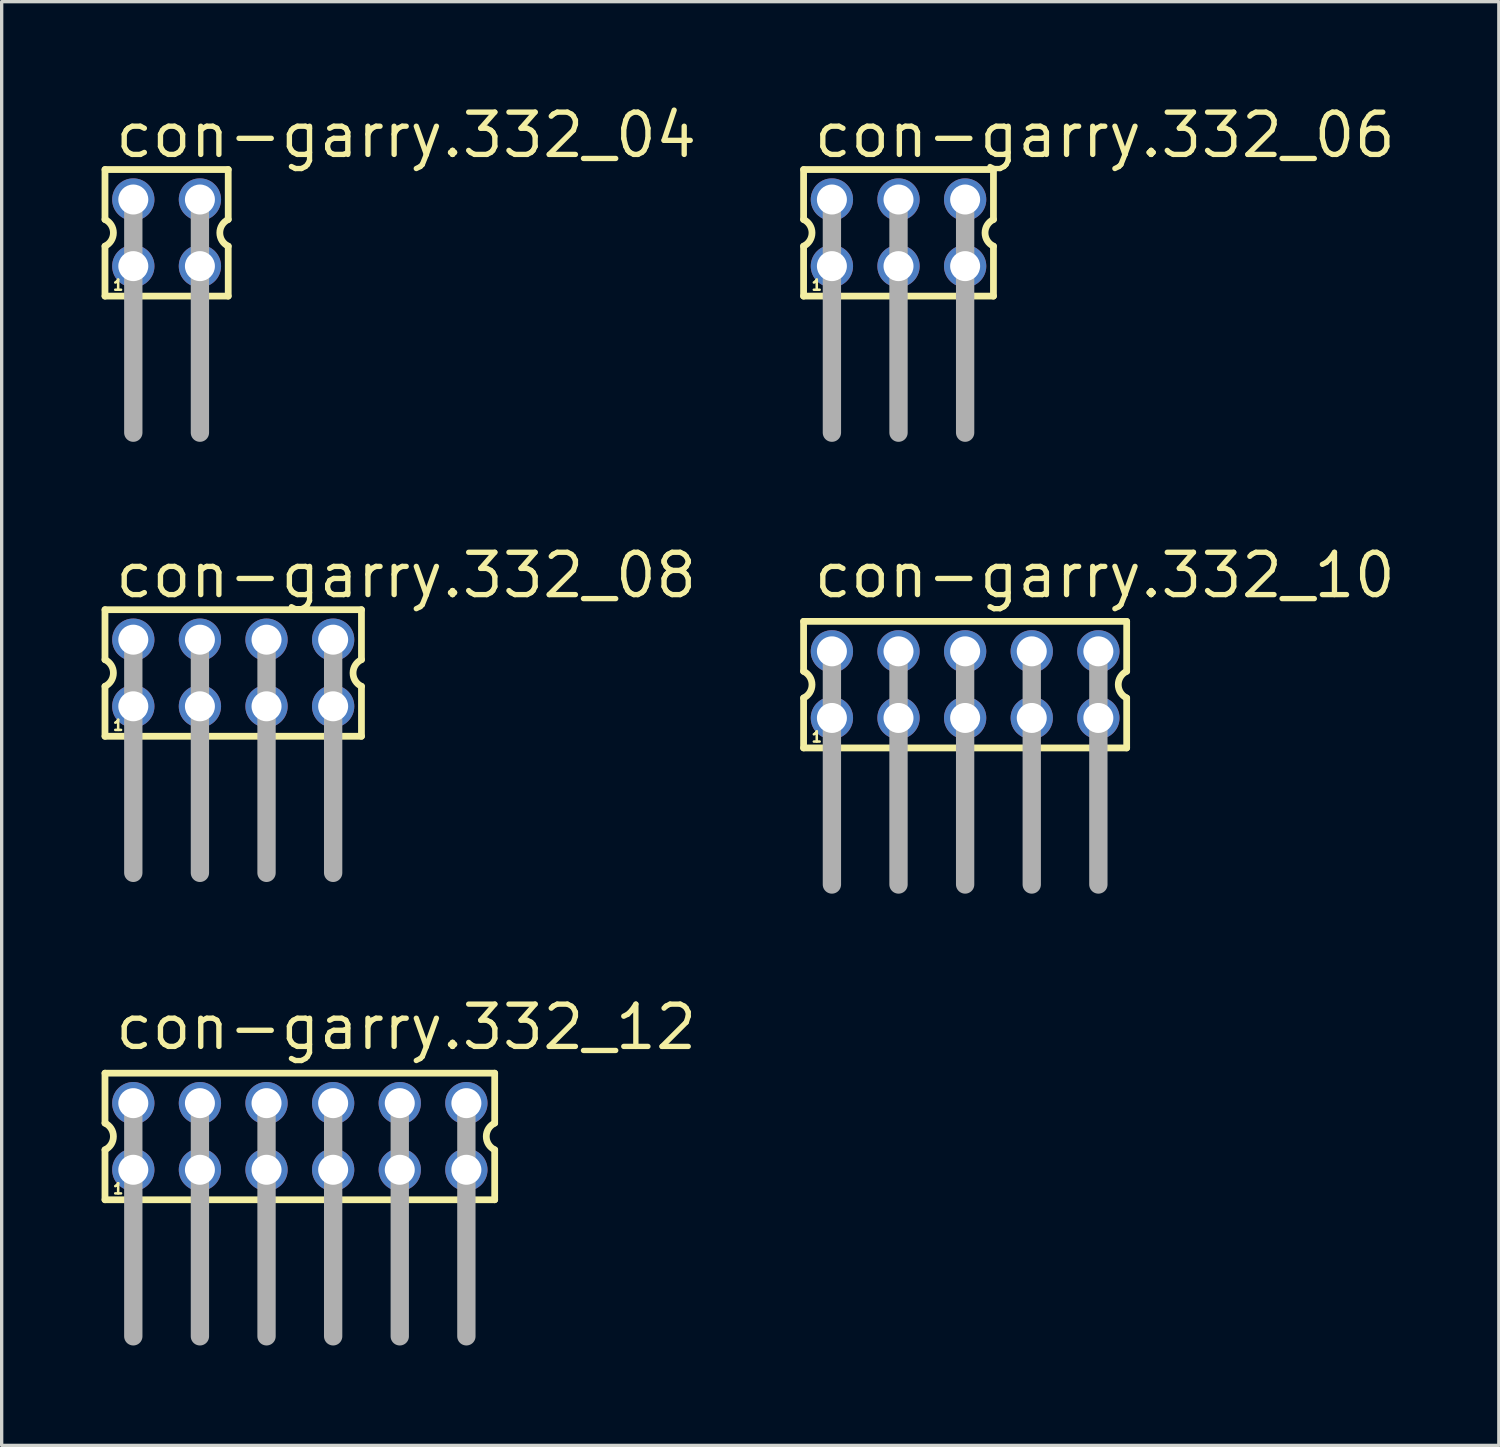
<source format=kicad_pcb>
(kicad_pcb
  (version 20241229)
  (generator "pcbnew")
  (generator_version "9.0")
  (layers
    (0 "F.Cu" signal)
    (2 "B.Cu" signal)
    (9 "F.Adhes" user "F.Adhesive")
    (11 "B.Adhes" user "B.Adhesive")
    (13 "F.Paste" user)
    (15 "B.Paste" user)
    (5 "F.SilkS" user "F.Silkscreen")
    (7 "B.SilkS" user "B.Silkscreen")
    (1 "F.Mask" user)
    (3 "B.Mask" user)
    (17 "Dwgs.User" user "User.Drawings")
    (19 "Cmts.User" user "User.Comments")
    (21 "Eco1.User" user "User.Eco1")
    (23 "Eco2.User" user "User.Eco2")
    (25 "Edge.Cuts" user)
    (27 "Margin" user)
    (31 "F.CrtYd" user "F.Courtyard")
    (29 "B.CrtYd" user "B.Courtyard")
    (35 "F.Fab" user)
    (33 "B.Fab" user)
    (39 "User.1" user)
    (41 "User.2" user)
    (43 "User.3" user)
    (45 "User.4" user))
  (footprint "con-garry.332_06"
    (layer "F.Cu")
    (at 23.926 3.94)
    (property "Reference" "con-garry.332_06" (at -2.62 -2.19 0) (layer "F.SilkS") (effects (font (size 1.27 1.27) (thickness 0.16)) (justify left bottom)))
    (attr through_hole)
    (fp_line (start -2.85 -1.9) (end -2.85 -0.4) (stroke (width 0.203) (type default)) (layer "F.SilkS"))
    (fp_line (start -2.85 0.4) (end -2.85 1.9) (stroke (width 0.203) (type default)) (layer "F.SilkS"))
    (fp_line (start -2.85 1.9) (end 2.85 1.9) (stroke (width 0.203) (type default)) (layer "F.SilkS"))
    (fp_line (start 2.85 -1.9) (end -2.85 -1.9) (stroke (width 0.203) (type default)) (layer "F.SilkS"))
    (fp_line (start 2.85 -0.4) (end 2.85 -1.9) (stroke (width 0.203) (type default)) (layer "F.SilkS"))
    (fp_line (start 2.85 1.9) (end 2.85 0.4) (stroke (width 0.203) (type default)) (layer "F.SilkS"))
    (fp_arc (start -2.85 -0.4) (mid -2.597167 0) (end -2.85 0.4) (stroke (width 0.2032) (type default)) (layer "F.SilkS"))
    (fp_arc (start 2.85 0.4) (mid 2.597167 0) (end 2.85 -0.4) (stroke (width 0.2032) (type default)) (layer "F.SilkS"))
    (fp_line (start -2 -1) (end -2 6) (stroke (width 0.55) (type default)) (layer "F.Fab"))
    (fp_line (start 0 -1) (end 0 6) (stroke (width 0.55) (type default)) (layer "F.Fab"))
    (fp_line (start 2 -1) (end 2 6) (stroke (width 0.55) (type default)) (layer "F.Fab"))
    (fp_rect (start -2.25 -0.75) (end -1.75 -1.25) (stroke (width 0.05) (type default)) (fill no) (layer "F.Fab"))
    (fp_rect (start -2.25 1.25) (end -1.75 0.75) (stroke (width 0.05) (type default)) (fill no) (layer "F.Fab"))
    (fp_rect (start -0.25 -0.75) (end 0.25 -1.25) (stroke (width 0.05) (type default)) (fill no) (layer "F.Fab"))
    (fp_rect (start -0.25 1.25) (end 0.25 0.75) (stroke (width 0.05) (type default)) (fill no) (layer "F.Fab"))
    (fp_rect (start 1.75 -0.75) (end 2.25 -1.25) (stroke (width 0.05) (type default)) (fill no) (layer "F.Fab"))
    (fp_rect (start 1.75 1.25) (end 2.25 0.75) (stroke (width 0.05) (type default)) (fill no) (layer "F.Fab"))
    (fp_text user "1" (at -2.65 1.75 0) (layer "F.SilkS") (effects (font (size 0.305 0.305) (thickness 0.15)) (justify left bottom)))
    (pad "1" thru_hole circle (at -2 1) (size 1.27 1.27) (drill 0.9) (layers "*.Cu" "*.Mask"))
    (pad "2" thru_hole circle (at -2 -1) (size 1.27 1.27) (drill 0.9) (layers "*.Cu" "*.Mask"))
    (pad "3" thru_hole circle (at 0 1) (size 1.27 1.27) (drill 0.9) (layers "*.Cu" "*.Mask"))
    (pad "4" thru_hole circle (at 0 -1) (size 1.27 1.27) (drill 0.9) (layers "*.Cu" "*.Mask"))
    (pad "5" thru_hole circle (at 2 1) (size 1.27 1.27) (drill 0.9) (layers "*.Cu" "*.Mask"))
    (pad "6" thru_hole circle (at 2 -1) (size 1.27 1.27) (drill 0.9) (layers "*.Cu" "*.Mask")))
  (footprint "con-garry.332_12"
    (layer "F.Cu")
    (at 5.952 31.07)
    (property "Reference" "con-garry.332_12" (at -5.62 -2.54 0) (layer "F.SilkS") (effects (font (size 1.27 1.27) (thickness 0.16)) (justify left bottom)))
    (attr through_hole)
    (fp_line (start -5.85 -1.9) (end -5.85 -0.4) (stroke (width 0.203) (type default)) (layer "F.SilkS"))
    (fp_line (start -5.85 0.4) (end -5.85 1.9) (stroke (width 0.203) (type default)) (layer "F.SilkS"))
    (fp_line (start -5.85 1.9) (end 5.85 1.9) (stroke (width 0.203) (type default)) (layer "F.SilkS"))
    (fp_line (start 5.85 -1.9) (end -5.85 -1.9) (stroke (width 0.203) (type default)) (layer "F.SilkS"))
    (fp_line (start 5.85 -0.4) (end 5.85 -1.9) (stroke (width 0.203) (type default)) (layer "F.SilkS"))
    (fp_line (start 5.85 1.9) (end 5.85 0.4) (stroke (width 0.203) (type default)) (layer "F.SilkS"))
    (fp_arc (start -5.85 -0.4) (mid -5.597167 0) (end -5.85 0.4) (stroke (width 0.2032) (type default)) (layer "F.SilkS"))
    (fp_arc (start 5.85 0.4) (mid 5.597167 0) (end 5.85 -0.4) (stroke (width 0.2032) (type default)) (layer "F.SilkS"))
    (fp_line (start -5 -1) (end -5 6) (stroke (width 0.55) (type default)) (layer "F.Fab"))
    (fp_line (start -3 -1) (end -3 6) (stroke (width 0.55) (type default)) (layer "F.Fab"))
    (fp_line (start -1 -1) (end -1 6) (stroke (width 0.55) (type default)) (layer "F.Fab"))
    (fp_line (start 1 -1) (end 1 6) (stroke (width 0.55) (type default)) (layer "F.Fab"))
    (fp_line (start 3 -1) (end 3 6) (stroke (width 0.55) (type default)) (layer "F.Fab"))
    (fp_line (start 5 -1) (end 5 6) (stroke (width 0.55) (type default)) (layer "F.Fab"))
    (fp_rect (start -5.25 -0.75) (end -4.75 -1.25) (stroke (width 0.05) (type default)) (fill no) (layer "F.Fab"))
    (fp_rect (start -5.25 1.25) (end -4.75 0.75) (stroke (width 0.05) (type default)) (fill no) (layer "F.Fab"))
    (fp_rect (start -3.25 -0.75) (end -2.75 -1.25) (stroke (width 0.05) (type default)) (fill no) (layer "F.Fab"))
    (fp_rect (start -3.25 1.25) (end -2.75 0.75) (stroke (width 0.05) (type default)) (fill no) (layer "F.Fab"))
    (fp_rect (start -1.25 -0.75) (end -0.75 -1.25) (stroke (width 0.05) (type default)) (fill no) (layer "F.Fab"))
    (fp_rect (start -1.25 1.25) (end -0.75 0.75) (stroke (width 0.05) (type default)) (fill no) (layer "F.Fab"))
    (fp_rect (start 0.75 -0.75) (end 1.25 -1.25) (stroke (width 0.05) (type default)) (fill no) (layer "F.Fab"))
    (fp_rect (start 0.75 1.25) (end 1.25 0.75) (stroke (width 0.05) (type default)) (fill no) (layer "F.Fab"))
    (fp_rect (start 2.75 -0.75) (end 3.25 -1.25) (stroke (width 0.05) (type default)) (fill no) (layer "F.Fab"))
    (fp_rect (start 2.75 1.25) (end 3.25 0.75) (stroke (width 0.05) (type default)) (fill no) (layer "F.Fab"))
    (fp_rect (start 4.75 -0.75) (end 5.25 -1.25) (stroke (width 0.05) (type default)) (fill no) (layer "F.Fab"))
    (fp_rect (start 4.75 1.25) (end 5.25 0.75) (stroke (width 0.05) (type default)) (fill no) (layer "F.Fab"))
    (fp_text user "1" (at -5.65 1.75 0) (layer "F.SilkS") (effects (font (size 0.305 0.305) (thickness 0.15)) (justify left bottom)))
    (pad "1" thru_hole circle (at -5 1) (size 1.27 1.27) (drill 0.9) (layers "*.Cu" "*.Mask"))
    (pad "2" thru_hole circle (at -5 -1) (size 1.27 1.27) (drill 0.9) (layers "*.Cu" "*.Mask"))
    (pad "3" thru_hole circle (at -3 1) (size 1.27 1.27) (drill 0.9) (layers "*.Cu" "*.Mask"))
    (pad "4" thru_hole circle (at -3 -1) (size 1.27 1.27) (drill 0.9) (layers "*.Cu" "*.Mask"))
    (pad "5" thru_hole circle (at -1 1) (size 1.27 1.27) (drill 0.9) (layers "*.Cu" "*.Mask"))
    (pad "6" thru_hole circle (at -1 -1) (size 1.27 1.27) (drill 0.9) (layers "*.Cu" "*.Mask"))
    (pad "7" thru_hole circle (at 1 1) (size 1.27 1.27) (drill 0.9) (layers "*.Cu" "*.Mask"))
    (pad "8" thru_hole circle (at 1 -1) (size 1.27 1.27) (drill 0.9) (layers "*.Cu" "*.Mask"))
    (pad "9" thru_hole circle (at 3 1) (size 1.27 1.27) (drill 0.9) (layers "*.Cu" "*.Mask"))
    (pad "10" thru_hole circle (at 3 -1) (size 1.27 1.27) (drill 0.9) (layers "*.Cu" "*.Mask"))
    (pad "11" thru_hole circle (at 5 1) (size 1.27 1.27) (drill 0.9) (layers "*.Cu" "*.Mask"))
    (pad "12" thru_hole circle (at 5 -1) (size 1.27 1.27) (drill 0.9) (layers "*.Cu" "*.Mask")))
  (footprint "con-garry.332_10"
    (layer "F.Cu")
    (at 25.926 17.505)
    (property "Reference" "con-garry.332_10" (at -4.62 -2.54 0) (layer "F.SilkS") (effects (font (size 1.27 1.27) (thickness 0.16)) (justify left bottom)))
    (attr through_hole)
    (fp_line (start -4.85 -1.9) (end -4.85 -0.4) (stroke (width 0.203) (type default)) (layer "F.SilkS"))
    (fp_line (start -4.85 0.4) (end -4.85 1.9) (stroke (width 0.203) (type default)) (layer "F.SilkS"))
    (fp_line (start -4.85 1.9) (end 4.85 1.9) (stroke (width 0.203) (type default)) (layer "F.SilkS"))
    (fp_line (start 4.85 -1.9) (end -4.85 -1.9) (stroke (width 0.203) (type default)) (layer "F.SilkS"))
    (fp_line (start 4.85 -0.4) (end 4.85 -1.9) (stroke (width 0.203) (type default)) (layer "F.SilkS"))
    (fp_line (start 4.85 1.9) (end 4.85 0.4) (stroke (width 0.203) (type default)) (layer "F.SilkS"))
    (fp_arc (start -4.85 -0.4) (mid -4.597167 0) (end -4.85 0.4) (stroke (width 0.2032) (type default)) (layer "F.SilkS"))
    (fp_arc (start 4.85 0.4) (mid 4.597167 0) (end 4.85 -0.4) (stroke (width 0.2032) (type default)) (layer "F.SilkS"))
    (fp_line (start -4 -1) (end -4 6) (stroke (width 0.55) (type default)) (layer "F.Fab"))
    (fp_line (start -2 -1) (end -2 6) (stroke (width 0.55) (type default)) (layer "F.Fab"))
    (fp_line (start 0 -1) (end 0 6) (stroke (width 0.55) (type default)) (layer "F.Fab"))
    (fp_line (start 2 -1) (end 2 6) (stroke (width 0.55) (type default)) (layer "F.Fab"))
    (fp_line (start 4 -1) (end 4 6) (stroke (width 0.55) (type default)) (layer "F.Fab"))
    (fp_rect (start -4.25 -0.75) (end -3.75 -1.25) (stroke (width 0.05) (type default)) (fill no) (layer "F.Fab"))
    (fp_rect (start -4.25 1.25) (end -3.75 0.75) (stroke (width 0.05) (type default)) (fill no) (layer "F.Fab"))
    (fp_rect (start -2.25 -0.75) (end -1.75 -1.25) (stroke (width 0.05) (type default)) (fill no) (layer "F.Fab"))
    (fp_rect (start -2.25 1.25) (end -1.75 0.75) (stroke (width 0.05) (type default)) (fill no) (layer "F.Fab"))
    (fp_rect (start -0.25 -0.75) (end 0.25 -1.25) (stroke (width 0.05) (type default)) (fill no) (layer "F.Fab"))
    (fp_rect (start -0.25 1.25) (end 0.25 0.75) (stroke (width 0.05) (type default)) (fill no) (layer "F.Fab"))
    (fp_rect (start 1.75 -0.75) (end 2.25 -1.25) (stroke (width 0.05) (type default)) (fill no) (layer "F.Fab"))
    (fp_rect (start 1.75 1.25) (end 2.25 0.75) (stroke (width 0.05) (type default)) (fill no) (layer "F.Fab"))
    (fp_rect (start 3.75 -0.75) (end 4.25 -1.25) (stroke (width 0.05) (type default)) (fill no) (layer "F.Fab"))
    (fp_rect (start 3.75 1.25) (end 4.25 0.75) (stroke (width 0.05) (type default)) (fill no) (layer "F.Fab"))
    (fp_text user "1" (at -4.65 1.75 0) (layer "F.SilkS") (effects (font (size 0.305 0.305) (thickness 0.15)) (justify left bottom)))
    (pad "1" thru_hole circle (at -4 1) (size 1.27 1.27) (drill 0.9) (layers "*.Cu" "*.Mask"))
    (pad "2" thru_hole circle (at -4 -1) (size 1.27 1.27) (drill 0.9) (layers "*.Cu" "*.Mask"))
    (pad "3" thru_hole circle (at -2 1) (size 1.27 1.27) (drill 0.9) (layers "*.Cu" "*.Mask"))
    (pad "4" thru_hole circle (at -2 -1) (size 1.27 1.27) (drill 0.9) (layers "*.Cu" "*.Mask"))
    (pad "5" thru_hole circle (at 0 1) (size 1.27 1.27) (drill 0.9) (layers "*.Cu" "*.Mask"))
    (pad "6" thru_hole circle (at 0 -1) (size 1.27 1.27) (drill 0.9) (layers "*.Cu" "*.Mask"))
    (pad "7" thru_hole circle (at 2 1) (size 1.27 1.27) (drill 0.9) (layers "*.Cu" "*.Mask"))
    (pad "8" thru_hole circle (at 2 -1) (size 1.27 1.27) (drill 0.9) (layers "*.Cu" "*.Mask"))
    (pad "9" thru_hole circle (at 4 1) (size 1.27 1.27) (drill 0.9) (layers "*.Cu" "*.Mask"))
    (pad "10" thru_hole circle (at 4 -1) (size 1.27 1.27) (drill 0.9) (layers "*.Cu" "*.Mask")))
  (footprint "con-garry.332_04"
    (layer "F.Cu")
    (at 1.952 3.94)
    (property "Reference" "con-garry.332_04" (at -1.62 -2.19 0) (layer "F.SilkS") (effects (font (size 1.27 1.27) (thickness 0.16)) (justify left bottom)))
    (attr through_hole)
    (fp_line (start -1.85 -1.9) (end -1.85 -0.4) (stroke (width 0.203) (type default)) (layer "F.SilkS"))
    (fp_line (start -1.85 0.4) (end -1.85 1.9) (stroke (width 0.203) (type default)) (layer "F.SilkS"))
    (fp_line (start -1.85 1.9) (end 1.85 1.9) (stroke (width 0.203) (type default)) (layer "F.SilkS"))
    (fp_line (start 1.85 -1.9) (end -1.85 -1.9) (stroke (width 0.203) (type default)) (layer "F.SilkS"))
    (fp_line (start 1.85 -0.4) (end 1.85 -1.9) (stroke (width 0.203) (type default)) (layer "F.SilkS"))
    (fp_line (start 1.85 1.9) (end 1.85 0.4) (stroke (width 0.203) (type default)) (layer "F.SilkS"))
    (fp_arc (start -1.85 -0.4) (mid -1.597167 0) (end -1.85 0.4) (stroke (width 0.2032) (type default)) (layer "F.SilkS"))
    (fp_arc (start 1.85 0.4) (mid 1.597167 0) (end 1.85 -0.4) (stroke (width 0.2032) (type default)) (layer "F.SilkS"))
    (fp_line (start -1 -1) (end -1 6) (stroke (width 0.55) (type default)) (layer "F.Fab"))
    (fp_line (start 1 -1) (end 1 6) (stroke (width 0.55) (type default)) (layer "F.Fab"))
    (fp_rect (start -1.25 -0.75) (end -0.75 -1.25) (stroke (width 0.05) (type default)) (fill no) (layer "F.Fab"))
    (fp_rect (start -1.25 1.25) (end -0.75 0.75) (stroke (width 0.05) (type default)) (fill no) (layer "F.Fab"))
    (fp_rect (start 0.75 -0.75) (end 1.25 -1.25) (stroke (width 0.05) (type default)) (fill no) (layer "F.Fab"))
    (fp_rect (start 0.75 1.25) (end 1.25 0.75) (stroke (width 0.05) (type default)) (fill no) (layer "F.Fab"))
    (fp_text user "1" (at -1.65 1.75 0) (layer "F.SilkS") (effects (font (size 0.305 0.305) (thickness 0.15)) (justify left bottom)))
    (pad "1" thru_hole circle (at -1 1) (size 1.27 1.27) (drill 0.9) (layers "*.Cu" "*.Mask"))
    (pad "2" thru_hole circle (at -1 -1) (size 1.27 1.27) (drill 0.9) (layers "*.Cu" "*.Mask"))
    (pad "3" thru_hole circle (at 1 1) (size 1.27 1.27) (drill 0.9) (layers "*.Cu" "*.Mask"))
    (pad "4" thru_hole circle (at 1 -1) (size 1.27 1.27) (drill 0.9) (layers "*.Cu" "*.Mask")))
  (footprint "con-garry.332_08"
    (layer "F.Cu")
    (at 3.952 17.155)
    (property "Reference" "con-garry.332_08" (at -3.62 -2.19 0) (layer "F.SilkS") (effects (font (size 1.27 1.27) (thickness 0.16)) (justify left bottom)))
    (attr through_hole)
    (fp_line (start -3.85 -1.9) (end -3.85 -0.4) (stroke (width 0.203) (type default)) (layer "F.SilkS"))
    (fp_line (start -3.85 0.4) (end -3.85 1.9) (stroke (width 0.203) (type default)) (layer "F.SilkS"))
    (fp_line (start -3.85 1.9) (end 3.85 1.9) (stroke (width 0.203) (type default)) (layer "F.SilkS"))
    (fp_line (start 3.85 -1.9) (end -3.85 -1.9) (stroke (width 0.203) (type default)) (layer "F.SilkS"))
    (fp_line (start 3.85 -0.4) (end 3.85 -1.9) (stroke (width 0.203) (type default)) (layer "F.SilkS"))
    (fp_line (start 3.85 1.9) (end 3.85 0.4) (stroke (width 0.203) (type default)) (layer "F.SilkS"))
    (fp_arc (start -3.85 -0.4) (mid -3.597167 0) (end -3.85 0.4) (stroke (width 0.2032) (type default)) (layer "F.SilkS"))
    (fp_arc (start 3.85 0.4) (mid 3.597167 0) (end 3.85 -0.4) (stroke (width 0.2032) (type default)) (layer "F.SilkS"))
    (fp_line (start -3 -1) (end -3 6) (stroke (width 0.55) (type default)) (layer "F.Fab"))
    (fp_line (start -1 -1) (end -1 6) (stroke (width 0.55) (type default)) (layer "F.Fab"))
    (fp_line (start 1 -1) (end 1 6) (stroke (width 0.55) (type default)) (layer "F.Fab"))
    (fp_line (start 3 -1) (end 3 6) (stroke (width 0.55) (type default)) (layer "F.Fab"))
    (fp_rect (start -3.25 -0.75) (end -2.75 -1.25) (stroke (width 0.05) (type default)) (fill no) (layer "F.Fab"))
    (fp_rect (start -3.25 1.25) (end -2.75 0.75) (stroke (width 0.05) (type default)) (fill no) (layer "F.Fab"))
    (fp_rect (start -1.25 -0.75) (end -0.75 -1.25) (stroke (width 0.05) (type default)) (fill no) (layer "F.Fab"))
    (fp_rect (start -1.25 1.25) (end -0.75 0.75) (stroke (width 0.05) (type default)) (fill no) (layer "F.Fab"))
    (fp_rect (start 0.75 -0.75) (end 1.25 -1.25) (stroke (width 0.05) (type default)) (fill no) (layer "F.Fab"))
    (fp_rect (start 0.75 1.25) (end 1.25 0.75) (stroke (width 0.05) (type default)) (fill no) (layer "F.Fab"))
    (fp_rect (start 2.75 -0.75) (end 3.25 -1.25) (stroke (width 0.05) (type default)) (fill no) (layer "F.Fab"))
    (fp_rect (start 2.75 1.25) (end 3.25 0.75) (stroke (width 0.05) (type default)) (fill no) (layer "F.Fab"))
    (fp_text user "1" (at -3.65 1.75 0) (layer "F.SilkS") (effects (font (size 0.305 0.305) (thickness 0.15)) (justify left bottom)))
    (pad "1" thru_hole circle (at -3 1) (size 1.27 1.27) (drill 0.9) (layers "*.Cu" "*.Mask"))
    (pad "2" thru_hole circle (at -3 -1) (size 1.27 1.27) (drill 0.9) (layers "*.Cu" "*.Mask"))
    (pad "3" thru_hole circle (at -1 1) (size 1.27 1.27) (drill 0.9) (layers "*.Cu" "*.Mask"))
    (pad "4" thru_hole circle (at -1 -1) (size 1.27 1.27) (drill 0.9) (layers "*.Cu" "*.Mask"))
    (pad "5" thru_hole circle (at 1 1) (size 1.27 1.27) (drill 0.9) (layers "*.Cu" "*.Mask"))
    (pad "6" thru_hole circle (at 1 -1) (size 1.27 1.27) (drill 0.9) (layers "*.Cu" "*.Mask"))
    (pad "7" thru_hole circle (at 3 1) (size 1.27 1.27) (drill 0.9) (layers "*.Cu" "*.Mask"))
    (pad "8" thru_hole circle (at 3 -1) (size 1.27 1.27) (drill 0.9) (layers "*.Cu" "*.Mask")))
  (gr_rect
    (start -3 -3)
    (end 41.949 40.345)
    (stroke (width 0.1) (type default))
    (fill no)
    (layer "Edge.Cuts")))
</source>
